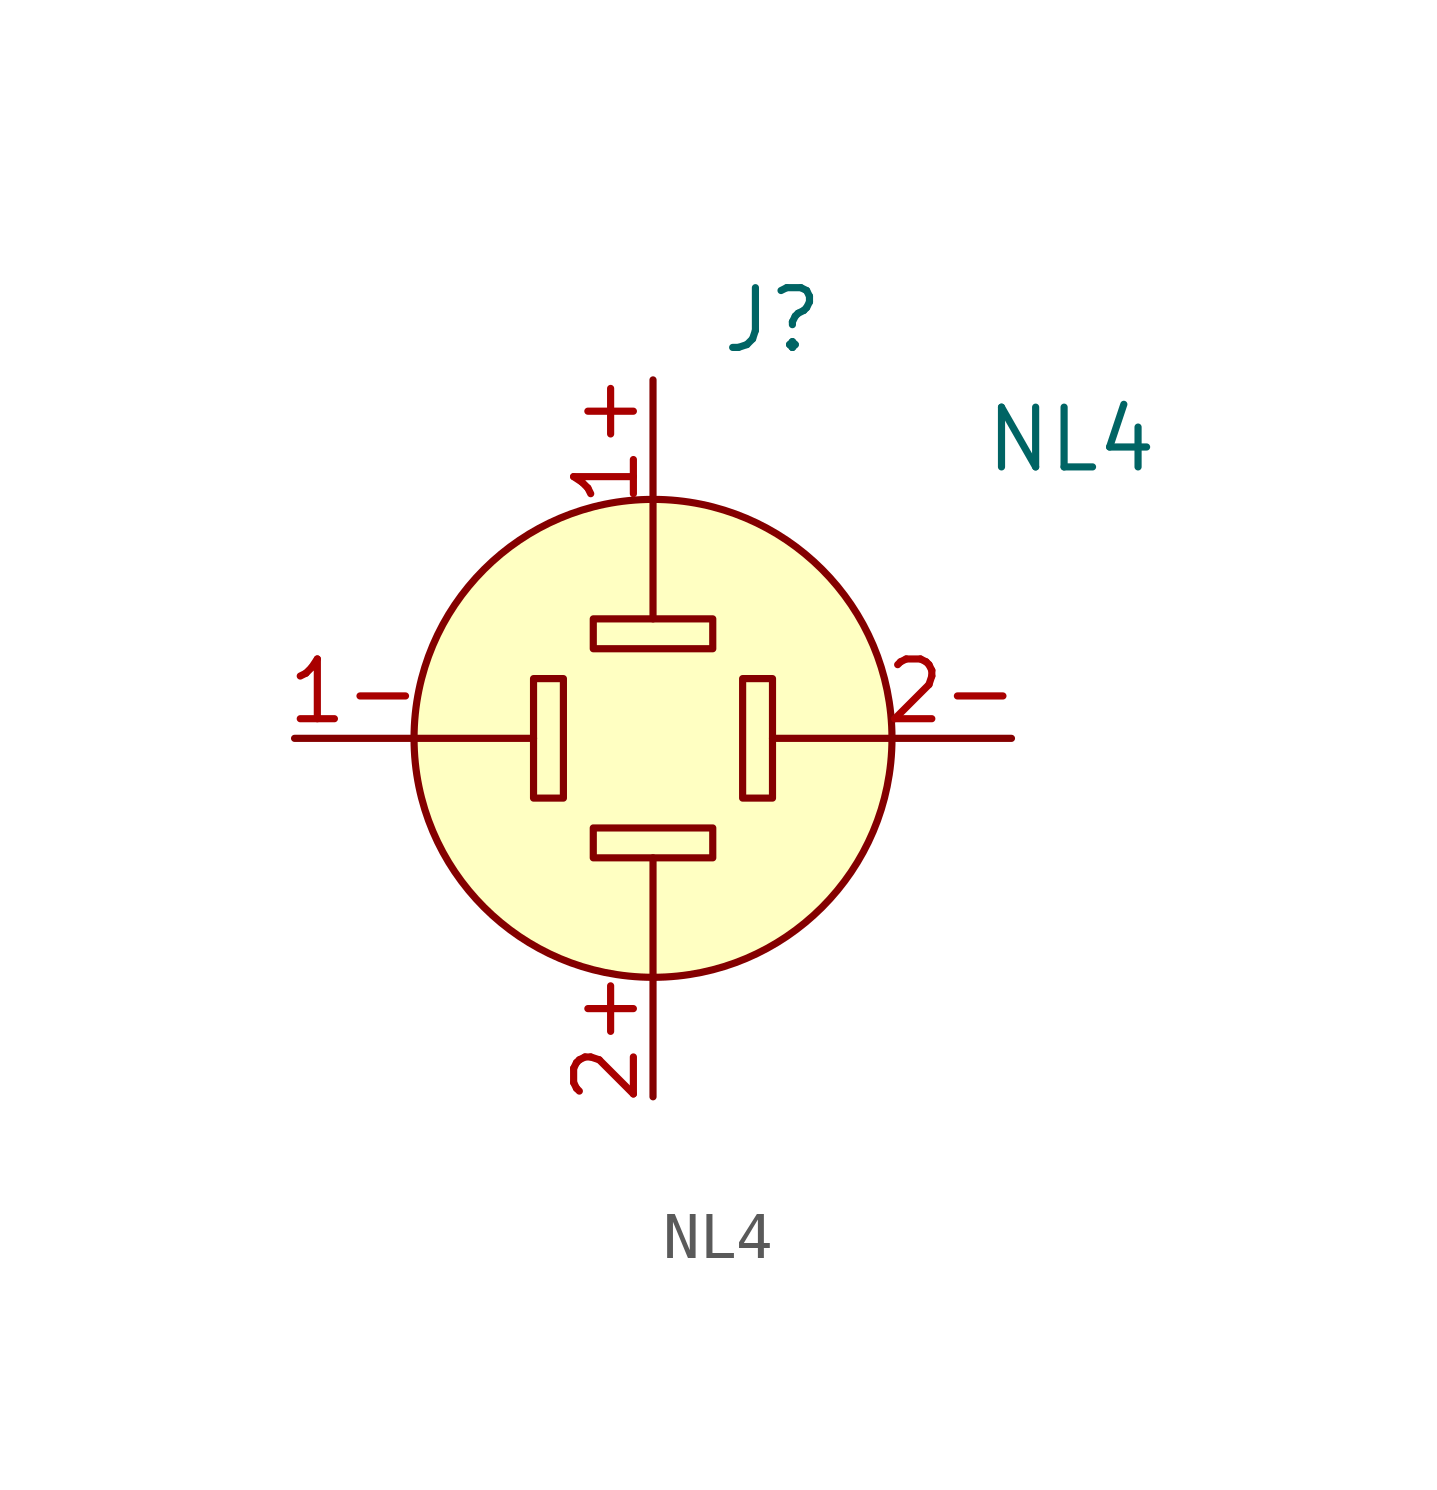
<source format=kicad_sym>
(kicad_symbol_lib
  (version 20220914)
  (generator kicad_symbol_editor)
  (symbol "NL4"
    (pin_names hide)
    (property "Reference" "J"
      (at 2.54 8.89 0)
      (effects (font (size 1.27 1.27))))
    (property "Value" "NL4"
      (at 8.89 6.35 0)
      (effects (font (size 1.27 1.27))))
    (symbol "NL4_0_1"
      (rectangle (start -2.54 1.27) (end -1.905 -1.27) (stroke (width 0) (type default)) (fill (type none)))
      (rectangle (start -1.27 -2.54) (end 1.27 -1.905) (stroke (width 0) (type default)) (fill (type none)))
      (rectangle (start -1.27 2.54) (end 1.27 1.905) (stroke (width 0) (type default)) (fill (type none)))
      (polyline (pts (xy -5.08 0) (xy -2.54 0)) (stroke (width 0) (type default)) (fill (type none)))
      (polyline (pts (xy 0 -5.08) (xy 0 -2.54)) (stroke (width 0) (type default)) (fill (type none)))
      (polyline (pts (xy 0 5.08) (xy 0 2.54)) (stroke (width 0) (type default)) (fill (type none)))
      (polyline (pts (xy 5.08 0) (xy 2.54 0)) (stroke (width 0) (type default)) (fill (type none)))
      (circle (center 0 0) (radius 5.08) (stroke (width 0) (type default)) (fill (type background)))
      (rectangle (start 2.54 1.27) (end 1.905 -1.27) (stroke (width 0) (type default)) (fill (type none)))
      (pin passive line (at -7.62 0 0) (length 2.54) (name "1-" (effects (font (size 1.27 1.27)))) (number "1-" (effects (font (size 1.27 1.27)))))
      (pin passive line (at 0 -7.62 90) (length 2.54) (name "2+" (effects (font (size 1.27 1.27)))) (number "2+" (effects (font (size 1.27 1.27)))))
      (pin passive line (at 7.62 0 180) (length 2.54) (name "2-" (effects (font (size 1.27 1.27)))) (number "2-" (effects (font (size 1.27 1.27))))))
    (symbol "NL4_1_1"
      (pin passive line (at 0 7.62 270) (length 2.54) (name "1+" (effects (font (size 1.27 1.27)))) (number "1+" (effects (font (size 1.27 1.27))))))))
</source>
